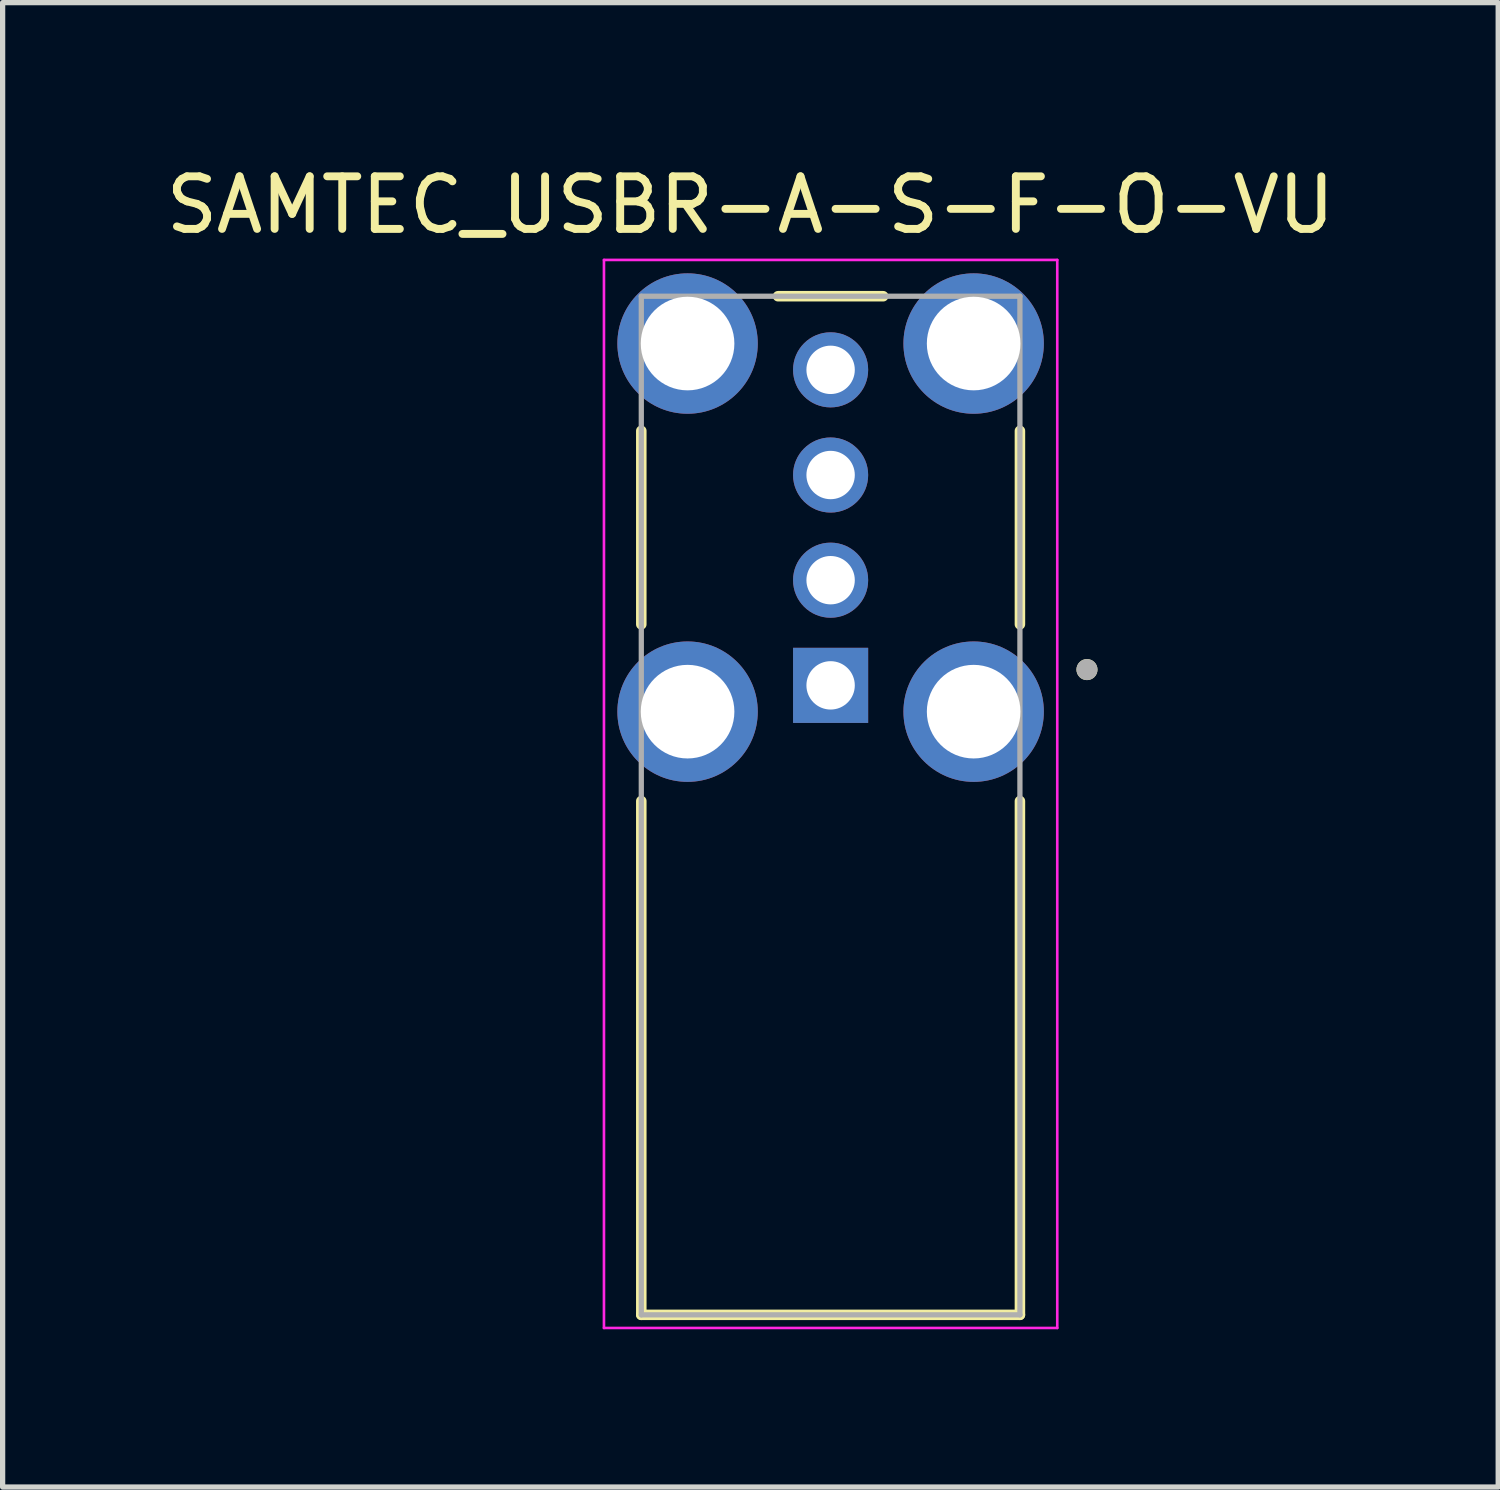
<source format=kicad_pcb>
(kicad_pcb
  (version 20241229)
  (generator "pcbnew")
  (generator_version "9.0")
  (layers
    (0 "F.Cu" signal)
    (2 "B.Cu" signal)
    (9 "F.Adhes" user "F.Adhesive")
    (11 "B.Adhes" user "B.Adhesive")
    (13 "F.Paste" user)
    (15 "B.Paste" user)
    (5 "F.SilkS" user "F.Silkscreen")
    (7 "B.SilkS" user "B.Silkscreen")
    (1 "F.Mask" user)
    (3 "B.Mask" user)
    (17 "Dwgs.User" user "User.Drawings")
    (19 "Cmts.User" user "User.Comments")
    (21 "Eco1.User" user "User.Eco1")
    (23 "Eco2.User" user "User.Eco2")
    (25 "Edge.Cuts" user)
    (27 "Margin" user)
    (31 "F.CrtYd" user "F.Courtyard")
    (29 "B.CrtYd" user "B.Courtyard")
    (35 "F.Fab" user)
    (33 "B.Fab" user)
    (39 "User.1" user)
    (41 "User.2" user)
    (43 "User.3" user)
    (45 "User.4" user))
  (footprint "SAMTEC_USBR-A-S-F-O-VU"
    (layer "F.Cu")
    (at 12.745 6.983)
    (property "Reference" "SAMTEC_USBR-A-S-F-O-VU" (at -1.525 -6.135 0) (layer "F.SilkS") (effects (font (size 1 1) (thickness 0.15))))
    (attr through_hole)
    (fp_line (start -3.6 -1.84) (end -3.6 1.84) (stroke (width 0.2) (type solid)) (layer "F.SilkS"))
    (fp_line (start -3.6 14.97) (end -3.6 5.2) (stroke (width 0.2) (type solid)) (layer "F.SilkS"))
    (fp_line (start -1 -4.4) (end 1 -4.4) (stroke (width 0.2) (type solid)) (layer "F.SilkS"))
    (fp_line (start 3.6 -1.84) (end 3.6 1.84) (stroke (width 0.2) (type solid)) (layer "F.SilkS"))
    (fp_line (start 3.6 5.2) (end 3.6 14.97) (stroke (width 0.2) (type solid)) (layer "F.SilkS"))
    (fp_line (start 3.6 14.97) (end -3.6 14.97) (stroke (width 0.2) (type solid)) (layer "F.SilkS"))
    (fp_circle (center 4.875 2.7) (end 4.975 2.7) (stroke (width 0.2) (type solid)) (fill no) (layer "F.SilkS"))
    (fp_line (start -4.31 -5.09) (end 4.31 -5.09) (stroke (width 0.05) (type solid)) (layer "F.CrtYd"))
    (fp_line (start -4.31 15.22) (end -4.31 -5.09) (stroke (width 0.05) (type solid)) (layer "F.CrtYd"))
    (fp_line (start 4.31 -5.09) (end 4.31 15.22) (stroke (width 0.05) (type solid)) (layer "F.CrtYd"))
    (fp_line (start 4.31 15.22) (end -4.31 15.22) (stroke (width 0.05) (type solid)) (layer "F.CrtYd"))
    (fp_line (start -3.6 -4.4) (end 3.6 -4.4) (stroke (width 0.1) (type solid)) (layer "F.Fab"))
    (fp_line (start -3.6 14.97) (end -3.6 -4.4) (stroke (width 0.1) (type solid)) (layer "F.Fab"))
    (fp_line (start 3.6 -4.4) (end 3.6 14.97) (stroke (width 0.1) (type solid)) (layer "F.Fab"))
    (fp_line (start 3.6 14.97) (end -3.6 14.97) (stroke (width 0.1) (type solid)) (layer "F.Fab"))
    (fp_circle (center 4.875 2.7) (end 4.975 2.7) (stroke (width 0.2) (type solid)) (fill no) (layer "F.Fab"))
    (pad "01" thru_hole rect (at 0 3) (size 1.428 1.428) (drill 0.92) (layers "*.Cu" "*.Mask"))
    (pad "02" thru_hole circle (at 0 1) (size 1.428 1.428) (drill 0.92) (layers "*.Cu" "*.Mask"))
    (pad "03" thru_hole circle (at 0 -1) (size 1.428 1.428) (drill 0.92) (layers "*.Cu" "*.Mask"))
    (pad "04" thru_hole circle (at 0 -3) (size 1.428 1.428) (drill 0.92) (layers "*.Cu" "*.Mask"))
    (pad "S1" thru_hole circle (at -2.72 3.5) (size 2.67 2.67) (drill 1.78) (layers "*.Cu" "*.Mask"))
    (pad "S2" thru_hole circle (at 2.72 3.5) (size 2.67 2.67) (drill 1.78) (layers "*.Cu" "*.Mask"))
    (pad "S3" thru_hole circle (at 2.72 -3.5) (size 2.67 2.67) (drill 1.78) (layers "*.Cu" "*.Mask"))
    (pad "S4" thru_hole circle (at -2.72 -3.5) (size 2.67 2.67) (drill 1.78) (layers "*.Cu" "*.Mask")))
  (gr_rect
    (start -3 -3)
    (end 25.44 25.228)
    (stroke (width 0.1) (type default))
    (fill no)
    (layer "Edge.Cuts")))
</source>
